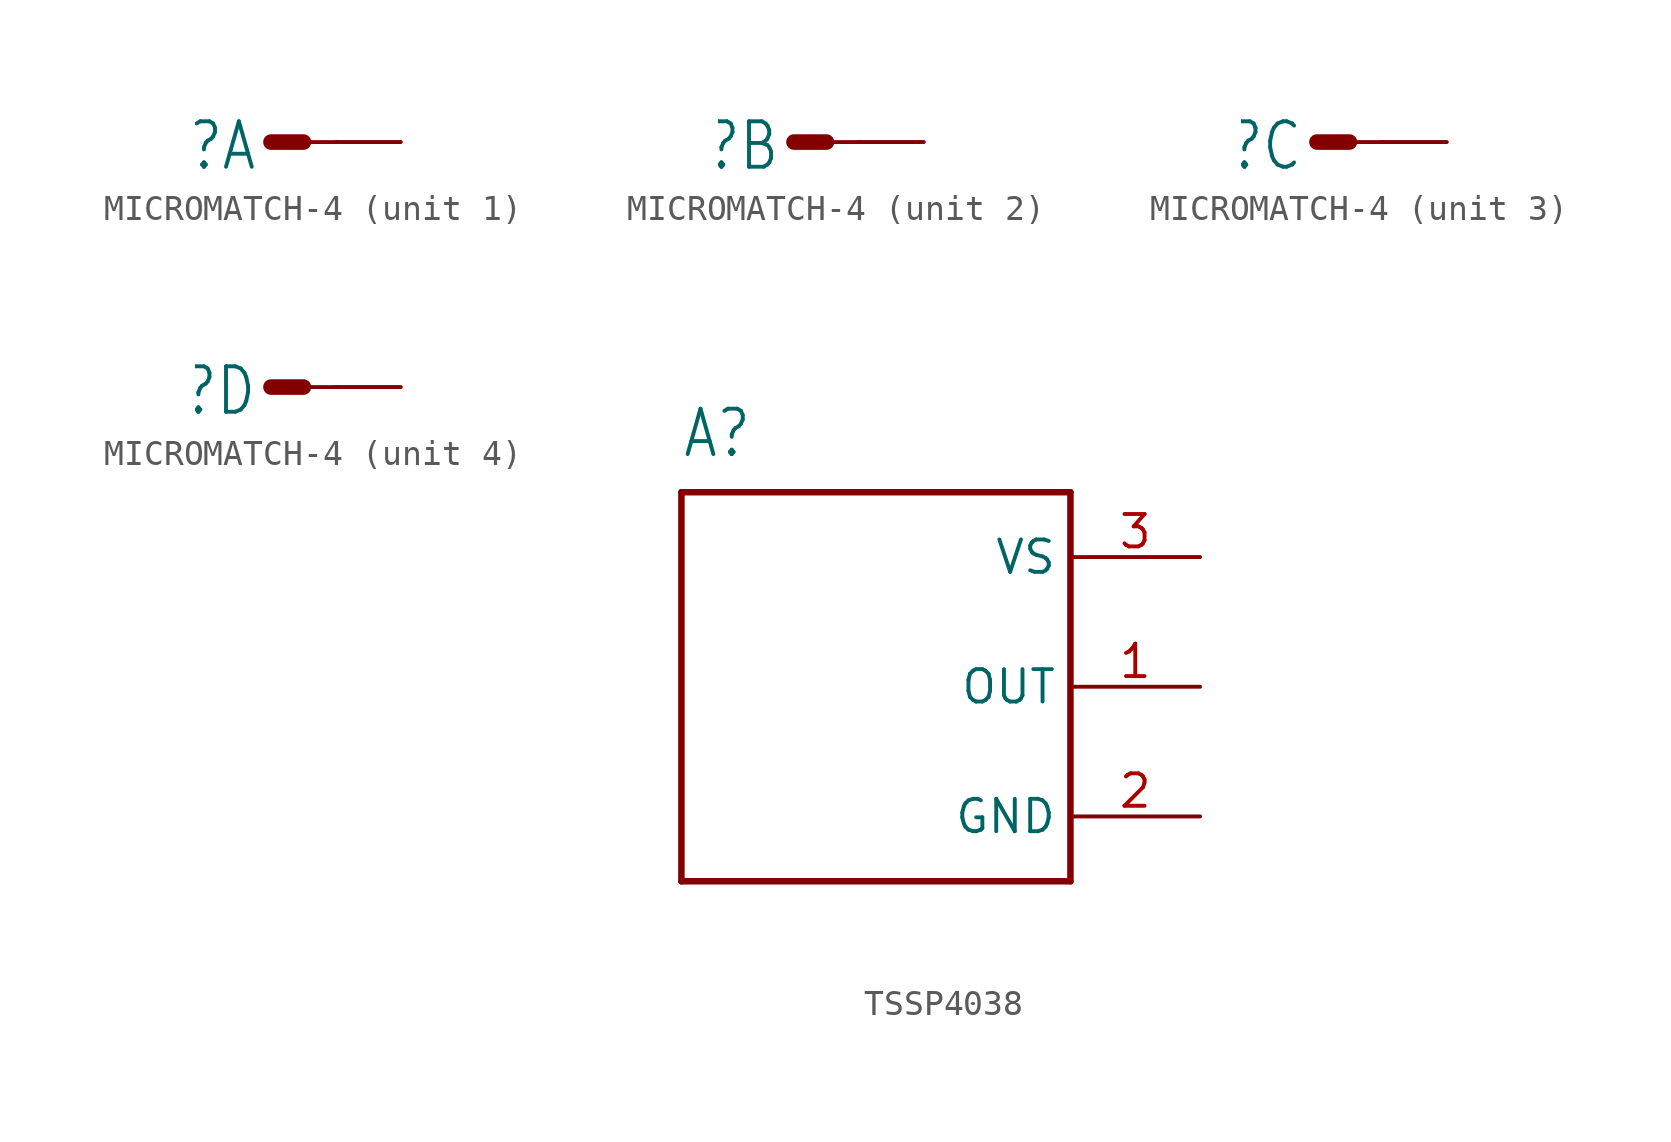
<source format=kicad_sym>
(kicad_symbol_lib
  (version 20220914)
  (generator kicad_symbol_editor)
  (symbol "MICROMATCH-4"
    (property "Reference" "X"
      (at -0.508 0.889 0)
      (effects (font (size 1.778 1.511)) (justify right top)))
    (property "ki_locked" ""
      (at 0 0 0)
      (effects (font (size 1.27 1.27))))
    (symbol "MICROMATCH-4_1_0"
      (polyline (pts (xy 0 0) (xy 1.27 0)) (stroke (width 0.61) (type solid)) (fill (type none)))
      (polyline (pts (xy 1.27 0) (xy 2.54 0)) (stroke (width 0.152) (type solid)) (fill (type none)))
      (pin passive line (at 5.08 0 180) (length 2.54) (name "S" (effects (font (size 0 0)))) (number "1" (effects (font (size 0 0))))))
    (symbol "MICROMATCH-4_2_0"
      (polyline (pts (xy 0 0) (xy 1.27 0)) (stroke (width 0.61) (type solid)) (fill (type none)))
      (polyline (pts (xy 1.27 0) (xy 2.54 0)) (stroke (width 0.152) (type solid)) (fill (type none)))
      (pin passive line (at 5.08 0 180) (length 2.54) (name "S" (effects (font (size 0 0)))) (number "2" (effects (font (size 0 0))))))
    (symbol "MICROMATCH-4_3_0"
      (polyline (pts (xy 0 0) (xy 1.27 0)) (stroke (width 0.61) (type solid)) (fill (type none)))
      (polyline (pts (xy 1.27 0) (xy 2.54 0)) (stroke (width 0.152) (type solid)) (fill (type none)))
      (pin passive line (at 5.08 0 180) (length 2.54) (name "S" (effects (font (size 0 0)))) (number "3" (effects (font (size 0 0))))))
    (symbol "MICROMATCH-4_4_0"
      (polyline (pts (xy 0 0) (xy 1.27 0)) (stroke (width 0.61) (type solid)) (fill (type none)))
      (polyline (pts (xy 1.27 0) (xy 2.54 0)) (stroke (width 0.152) (type solid)) (fill (type none)))
      (pin passive line (at 5.08 0 180) (length 2.54) (name "S" (effects (font (size 0 0)))) (number "4" (effects (font (size 0 0)))))))
  (symbol "TSSP4038"
    (property "Reference" "A"
      (at -7.62 8.89 0)
      (effects (font (size 1.778 1.511)) (justify left bottom)))
    (property "Value" ""
      (at -7.62 -8.89 0)
      (effects (font (size 1.778 1.511)) (justify left top)))
    (property "ki_locked" ""
      (at 0 0 0)
      (effects (font (size 1.27 1.27))))
    (symbol "TSSP4038_1_0"
      (polyline (pts (xy -7.62 -7.62) (xy -7.62 7.62)) (stroke (width 0.254) (type solid)) (fill (type none)))
      (polyline (pts (xy -7.62 7.62) (xy 7.62 7.62)) (stroke (width 0.254) (type solid)) (fill (type none)))
      (polyline (pts (xy 7.62 -7.62) (xy -7.62 -7.62)) (stroke (width 0.254) (type solid)) (fill (type none)))
      (polyline (pts (xy 7.62 7.62) (xy 7.62 -7.62)) (stroke (width 0.254) (type solid)) (fill (type none)))
      (pin output line (at 12.7 0 180) (length 5.08) (name "OUT" (effects (font (size 1.27 1.27)))) (number "1" (effects (font (size 1.27 1.27)))))
      (pin power_in line (at 12.7 -5.08 180) (length 5.08) (name "GND" (effects (font (size 1.27 1.27)))) (number "2" (effects (font (size 1.27 1.27)))))
      (pin power_in line (at 12.7 5.08 180) (length 5.08) (name "VS" (effects (font (size 1.27 1.27)))) (number "3" (effects (font (size 1.27 1.27))))))))
</source>
